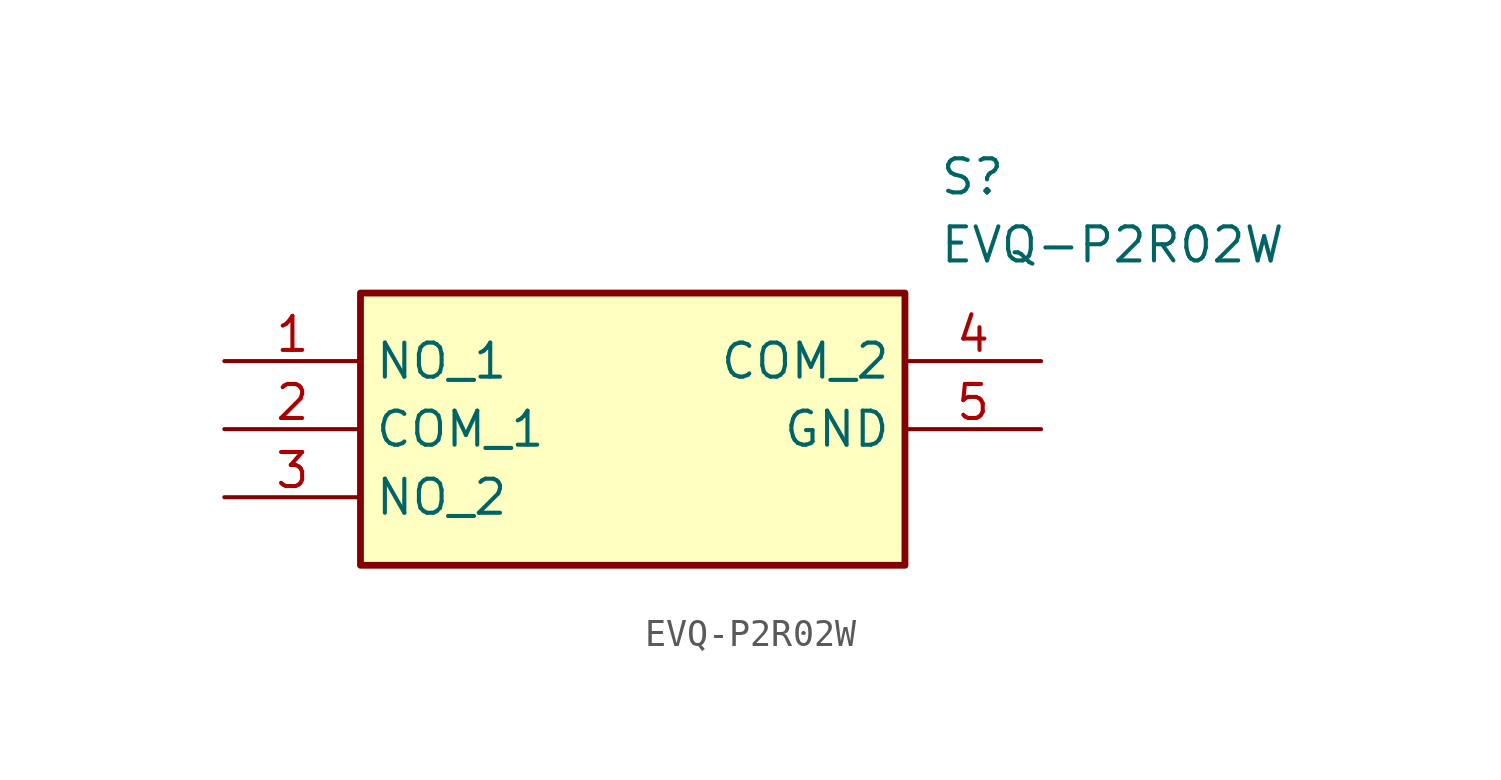
<source format=kicad_sym>
(kicad_symbol_lib
  (version 20211014)
  (generator SamacSys_ECAD_Model)
  (symbol "EVQ-P2R02W"
    (property "Reference" "S"
      (at 26.67 7.62 0)
      (effects (font (size 1.27 1.27)) (justify left top)))
    (property "Value" "EVQ-P2R02W"
      (at 26.67 5.08 0)
      (effects (font (size 1.27 1.27)) (justify left top)))
    (rectangle
      (start 5.08 2.54)
      (end 25.4 -7.62)
      (stroke (width 0.254) (type default))
      (fill (type background)))
    (pin passive line
      (at 0 0 0)
      (length 5.08)
      (name "NO_1" (effects (font (size 1.27 1.27))))
      (number "1" (effects (font (size 1.27 1.27)))))
    (pin passive line
      (at 0 -2.54 0)
      (length 5.08)
      (name "COM_1" (effects (font (size 1.27 1.27))))
      (number "2" (effects (font (size 1.27 1.27)))))
    (pin passive line
      (at 0 -5.08 0)
      (length 5.08)
      (name "NO_2" (effects (font (size 1.27 1.27))))
      (number "3" (effects (font (size 1.27 1.27)))))
    (pin passive line
      (at 30.48 0 180)
      (length 5.08)
      (name "COM_2" (effects (font (size 1.27 1.27))))
      (number "4" (effects (font (size 1.27 1.27)))))
    (pin passive line
      (at 30.48 -2.54 180)
      (length 5.08)
      (name "GND" (effects (font (size 1.27 1.27))))
      (number "5" (effects (font (size 1.27 1.27)))))))
</source>
